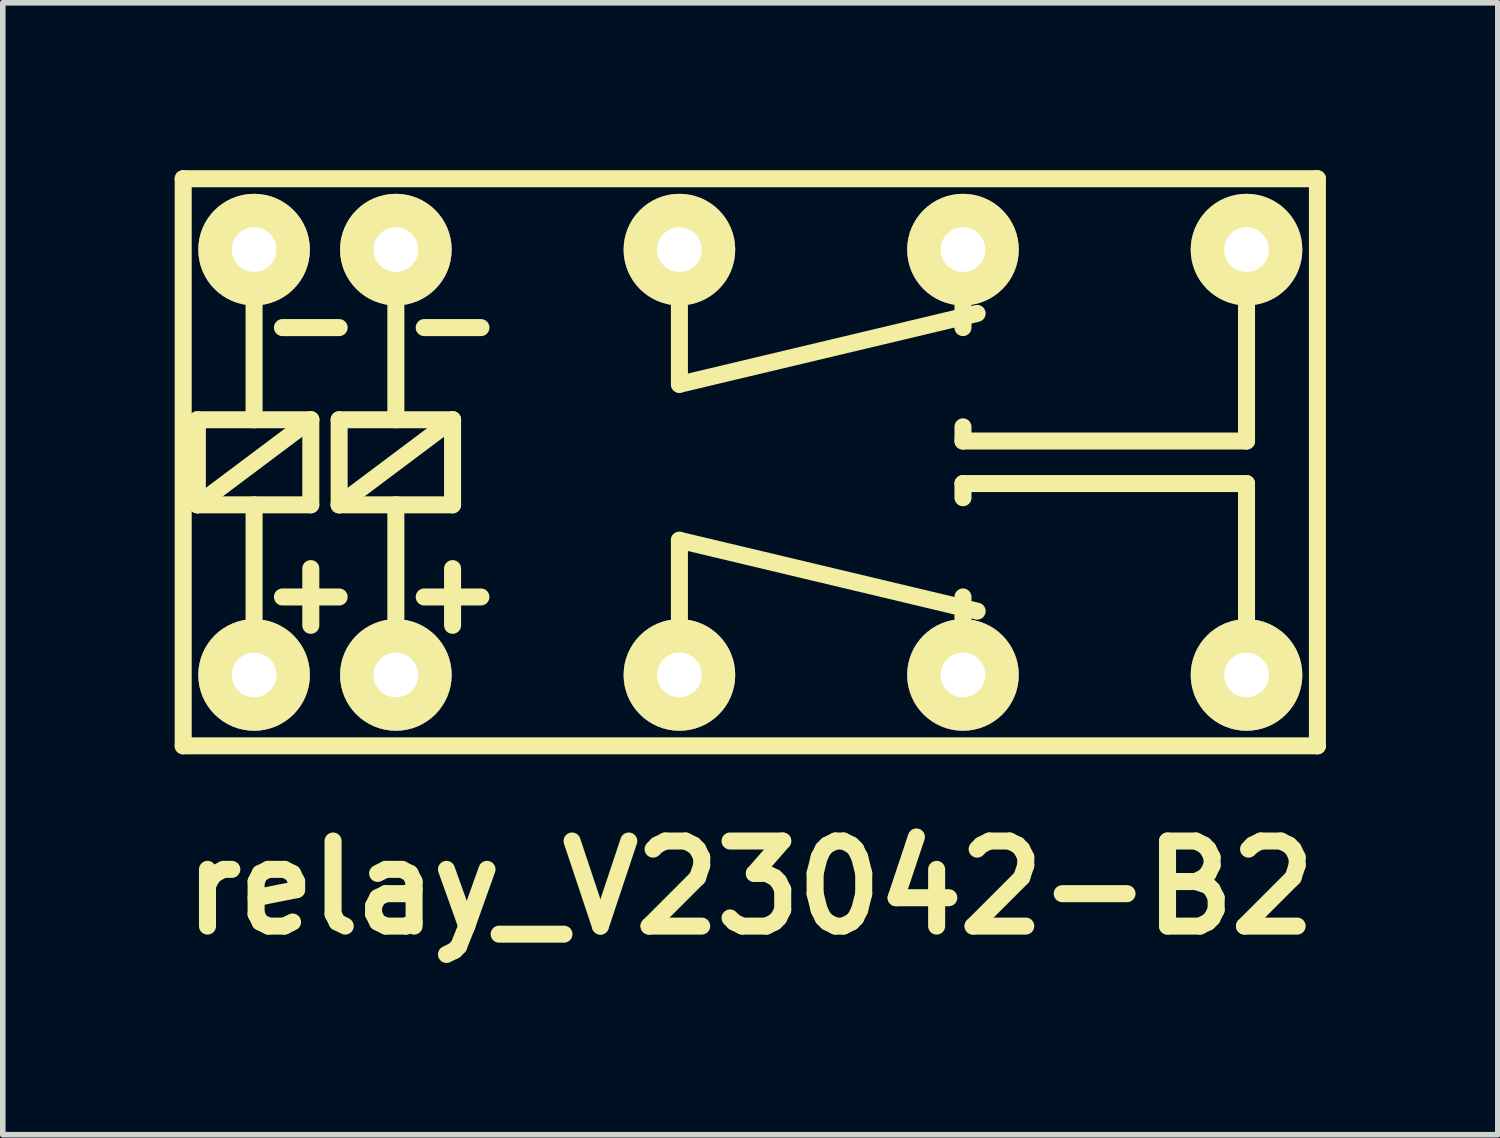
<source format=kicad_pcb>
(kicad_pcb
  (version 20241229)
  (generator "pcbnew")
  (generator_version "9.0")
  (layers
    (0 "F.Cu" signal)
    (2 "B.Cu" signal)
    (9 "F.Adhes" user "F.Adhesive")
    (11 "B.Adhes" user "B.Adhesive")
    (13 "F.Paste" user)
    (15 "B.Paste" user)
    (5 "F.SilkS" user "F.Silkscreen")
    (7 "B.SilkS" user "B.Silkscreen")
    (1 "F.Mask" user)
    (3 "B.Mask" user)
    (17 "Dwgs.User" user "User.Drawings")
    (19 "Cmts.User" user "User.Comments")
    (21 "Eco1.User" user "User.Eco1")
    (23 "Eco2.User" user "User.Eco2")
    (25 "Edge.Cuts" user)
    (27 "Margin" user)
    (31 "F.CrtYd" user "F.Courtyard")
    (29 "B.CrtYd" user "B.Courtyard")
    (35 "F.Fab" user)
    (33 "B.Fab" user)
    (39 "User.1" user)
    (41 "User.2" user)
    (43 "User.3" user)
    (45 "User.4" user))
  (footprint "relay_V23042-B2"
    (layer "F.Cu")
    (at 10.392 5.232)
    (property "Reference" "relay_V23042-B2" (at 0 7.62 0) (layer "F.SilkS") (effects (font (size 1.524 1.524) (thickness 0.305))))
    (attr through_hole)
    (fp_line (start -10.16 -5.08) (end -10.16 5.08) (stroke (width 0.305) (type solid)) (layer "F.SilkS"))
    (fp_line (start -10.16 5.08) (end 10.16 5.08) (stroke (width 0.305) (type solid)) (layer "F.SilkS"))
    (fp_line (start -9.906 -0.762) (end -7.874 -0.762) (stroke (width 0.305) (type solid)) (layer "F.SilkS"))
    (fp_line (start -9.906 0.762) (end -9.906 -0.762) (stroke (width 0.305) (type solid)) (layer "F.SilkS"))
    (fp_line (start -9.906 0.762) (end -7.874 -0.762) (stroke (width 0.305) (type solid)) (layer "F.SilkS"))
    (fp_line (start -8.89 -3.81) (end -8.89 -0.762) (stroke (width 0.305) (type solid)) (layer "F.SilkS"))
    (fp_line (start -8.89 3.81) (end -8.89 0.762) (stroke (width 0.305) (type solid)) (layer "F.SilkS"))
    (fp_line (start -7.874 -0.762) (end -7.874 0.762) (stroke (width 0.305) (type solid)) (layer "F.SilkS"))
    (fp_line (start -7.874 0.762) (end -9.906 0.762) (stroke (width 0.305) (type solid)) (layer "F.SilkS"))
    (fp_line (start -7.874 1.905) (end -7.874 2.921) (stroke (width 0.305) (type solid)) (layer "F.SilkS"))
    (fp_line (start -7.366 -2.413) (end -8.382 -2.413) (stroke (width 0.305) (type solid)) (layer "F.SilkS"))
    (fp_line (start -7.366 -0.762) (end -7.366 0.762) (stroke (width 0.305) (type solid)) (layer "F.SilkS"))
    (fp_line (start -7.366 -0.762) (end -5.334 -0.762) (stroke (width 0.305) (type solid)) (layer "F.SilkS"))
    (fp_line (start -7.366 0.762) (end -5.334 -0.762) (stroke (width 0.305) (type solid)) (layer "F.SilkS"))
    (fp_line (start -7.366 2.413) (end -8.382 2.413) (stroke (width 0.305) (type solid)) (layer "F.SilkS"))
    (fp_line (start -6.35 -3.81) (end -6.35 -0.762) (stroke (width 0.305) (type solid)) (layer "F.SilkS"))
    (fp_line (start -6.35 3.81) (end -6.35 0.762) (stroke (width 0.305) (type solid)) (layer "F.SilkS"))
    (fp_line (start -5.334 -0.762) (end -5.334 0.762) (stroke (width 0.305) (type solid)) (layer "F.SilkS"))
    (fp_line (start -5.334 0.762) (end -7.366 0.762) (stroke (width 0.305) (type solid)) (layer "F.SilkS"))
    (fp_line (start -5.334 1.905) (end -5.334 2.921) (stroke (width 0.305) (type solid)) (layer "F.SilkS"))
    (fp_line (start -4.826 -2.413) (end -5.842 -2.413) (stroke (width 0.305) (type solid)) (layer "F.SilkS"))
    (fp_line (start -4.826 2.413) (end -5.842 2.413) (stroke (width 0.305) (type solid)) (layer "F.SilkS"))
    (fp_line (start -1.27 -1.397) (end -1.27 -3.81) (stroke (width 0.305) (type solid)) (layer "F.SilkS"))
    (fp_line (start -1.27 -1.397) (end 4.064 -2.667) (stroke (width 0.305) (type solid)) (layer "F.SilkS"))
    (fp_line (start -1.27 1.397) (end 4.064 2.667) (stroke (width 0.305) (type solid)) (layer "F.SilkS"))
    (fp_line (start -1.27 3.81) (end -1.27 1.397) (stroke (width 0.305) (type solid)) (layer "F.SilkS"))
    (fp_line (start 3.81 -2.413) (end 3.81 -3.81) (stroke (width 0.305) (type solid)) (layer "F.SilkS"))
    (fp_line (start 3.81 -0.381) (end 3.81 -0.635) (stroke (width 0.305) (type solid)) (layer "F.SilkS"))
    (fp_line (start 3.81 0.381) (end 3.81 0.635) (stroke (width 0.305) (type solid)) (layer "F.SilkS"))
    (fp_line (start 3.81 3.81) (end 3.81 2.413) (stroke (width 0.305) (type solid)) (layer "F.SilkS"))
    (fp_line (start 8.89 -0.381) (end 3.81 -0.381) (stroke (width 0.305) (type solid)) (layer "F.SilkS"))
    (fp_line (start 8.89 -0.381) (end 8.89 -3.81) (stroke (width 0.305) (type solid)) (layer "F.SilkS"))
    (fp_line (start 8.89 0.381) (end 3.81 0.381) (stroke (width 0.305) (type solid)) (layer "F.SilkS"))
    (fp_line (start 8.89 3.81) (end 8.89 0.381) (stroke (width 0.305) (type solid)) (layer "F.SilkS"))
    (fp_line (start 10.16 -5.08) (end -10.16 -5.08) (stroke (width 0.305) (type solid)) (layer "F.SilkS"))
    (fp_line (start 10.16 5.08) (end 10.16 -5.08) (stroke (width 0.305) (type solid)) (layer "F.SilkS"))
    (pad "1" thru_hole circle (at -8.89 3.81) (size 1.999 1.999) (drill 0.8) (layers "*.Cu" "*.Mask" "F.SilkS"))
    (pad "2" thru_hole circle (at -6.35 3.81) (size 1.999 1.999) (drill 0.8) (layers "*.Cu" "*.Mask" "F.SilkS"))
    (pad "4" thru_hole circle (at -1.27 3.81) (size 1.999 1.999) (drill 0.8) (layers "*.Cu" "*.Mask" "F.SilkS"))
    (pad "6" thru_hole circle (at 3.81 3.81) (size 1.999 1.999) (drill 0.8) (layers "*.Cu" "*.Mask" "F.SilkS"))
    (pad "8" thru_hole circle (at 8.89 3.81) (size 1.999 1.999) (drill 0.8) (layers "*.Cu" "*.Mask" "F.SilkS"))
    (pad "9" thru_hole circle (at 8.89 -3.81) (size 1.999 1.999) (drill 0.8) (layers "*.Cu" "*.Mask" "F.SilkS"))
    (pad "11" thru_hole circle (at 3.81 -3.81) (size 1.999 1.999) (drill 0.8) (layers "*.Cu" "*.Mask" "F.SilkS"))
    (pad "13" thru_hole circle (at -1.27 -3.81) (size 1.999 1.999) (drill 0.8) (layers "*.Cu" "*.Mask" "F.SilkS"))
    (pad "15" thru_hole circle (at -6.35 -3.81) (size 1.999 1.999) (drill 0.8) (layers "*.Cu" "*.Mask" "F.SilkS"))
    (pad "16" thru_hole circle (at -8.89 -3.81) (size 1.999 1.999) (drill 0.8) (layers "*.Cu" "*.Mask" "F.SilkS")))
  (gr_rect
    (start -3 -3)
    (end 23.784 17.279)
    (stroke (width 0.1) (type default))
    (fill no)
    (layer "Edge.Cuts")))
</source>
